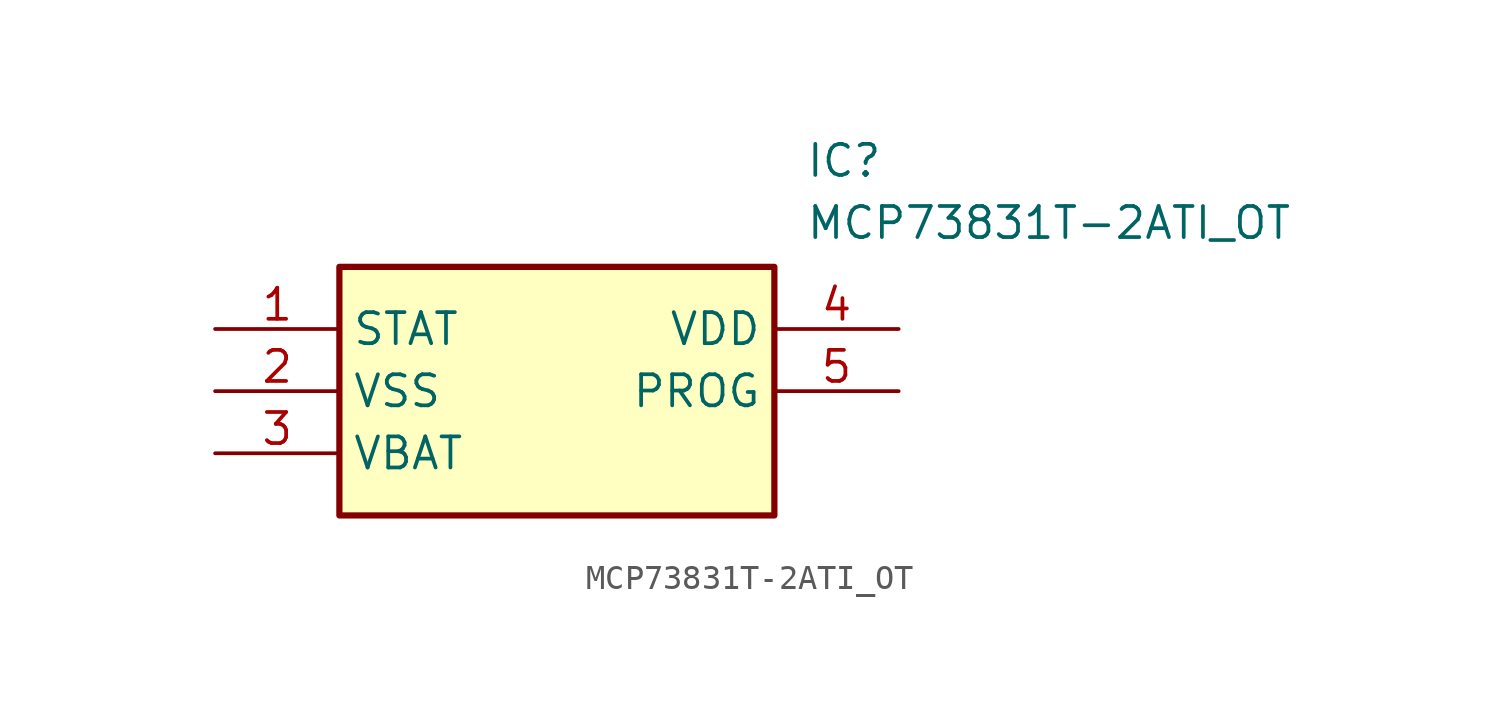
<source format=kicad_sym>
(kicad_symbol_lib
  (version 20211014)
  (generator SamacSys_ECAD_Model)
  (symbol "MCP73831T-2ATI_OT"
    (property "Reference" "IC"
      (at 24.13 7.62 0)
      (effects (font (size 1.27 1.27)) (justify left top)))
    (property "Value" "MCP73831T-2ATI_OT"
      (at 24.13 5.08 0)
      (effects (font (size 1.27 1.27)) (justify left top)))
    (rectangle
      (start 5.08 2.54)
      (end 22.86 -7.62)
      (stroke (width 0.254) (type default))
      (fill (type background)))
    (pin passive line
      (at 0 0 0)
      (length 5.08)
      (name "STAT" (effects (font (size 1.27 1.27))))
      (number "1" (effects (font (size 1.27 1.27)))))
    (pin passive line
      (at 0 -2.54 0)
      (length 5.08)
      (name "VSS" (effects (font (size 1.27 1.27))))
      (number "2" (effects (font (size 1.27 1.27)))))
    (pin passive line
      (at 0 -5.08 0)
      (length 5.08)
      (name "VBAT" (effects (font (size 1.27 1.27))))
      (number "3" (effects (font (size 1.27 1.27)))))
    (pin passive line
      (at 27.94 0 180)
      (length 5.08)
      (name "VDD" (effects (font (size 1.27 1.27))))
      (number "4" (effects (font (size 1.27 1.27)))))
    (pin passive line
      (at 27.94 -2.54 180)
      (length 5.08)
      (name "PROG" (effects (font (size 1.27 1.27))))
      (number "5" (effects (font (size 1.27 1.27)))))))
</source>
